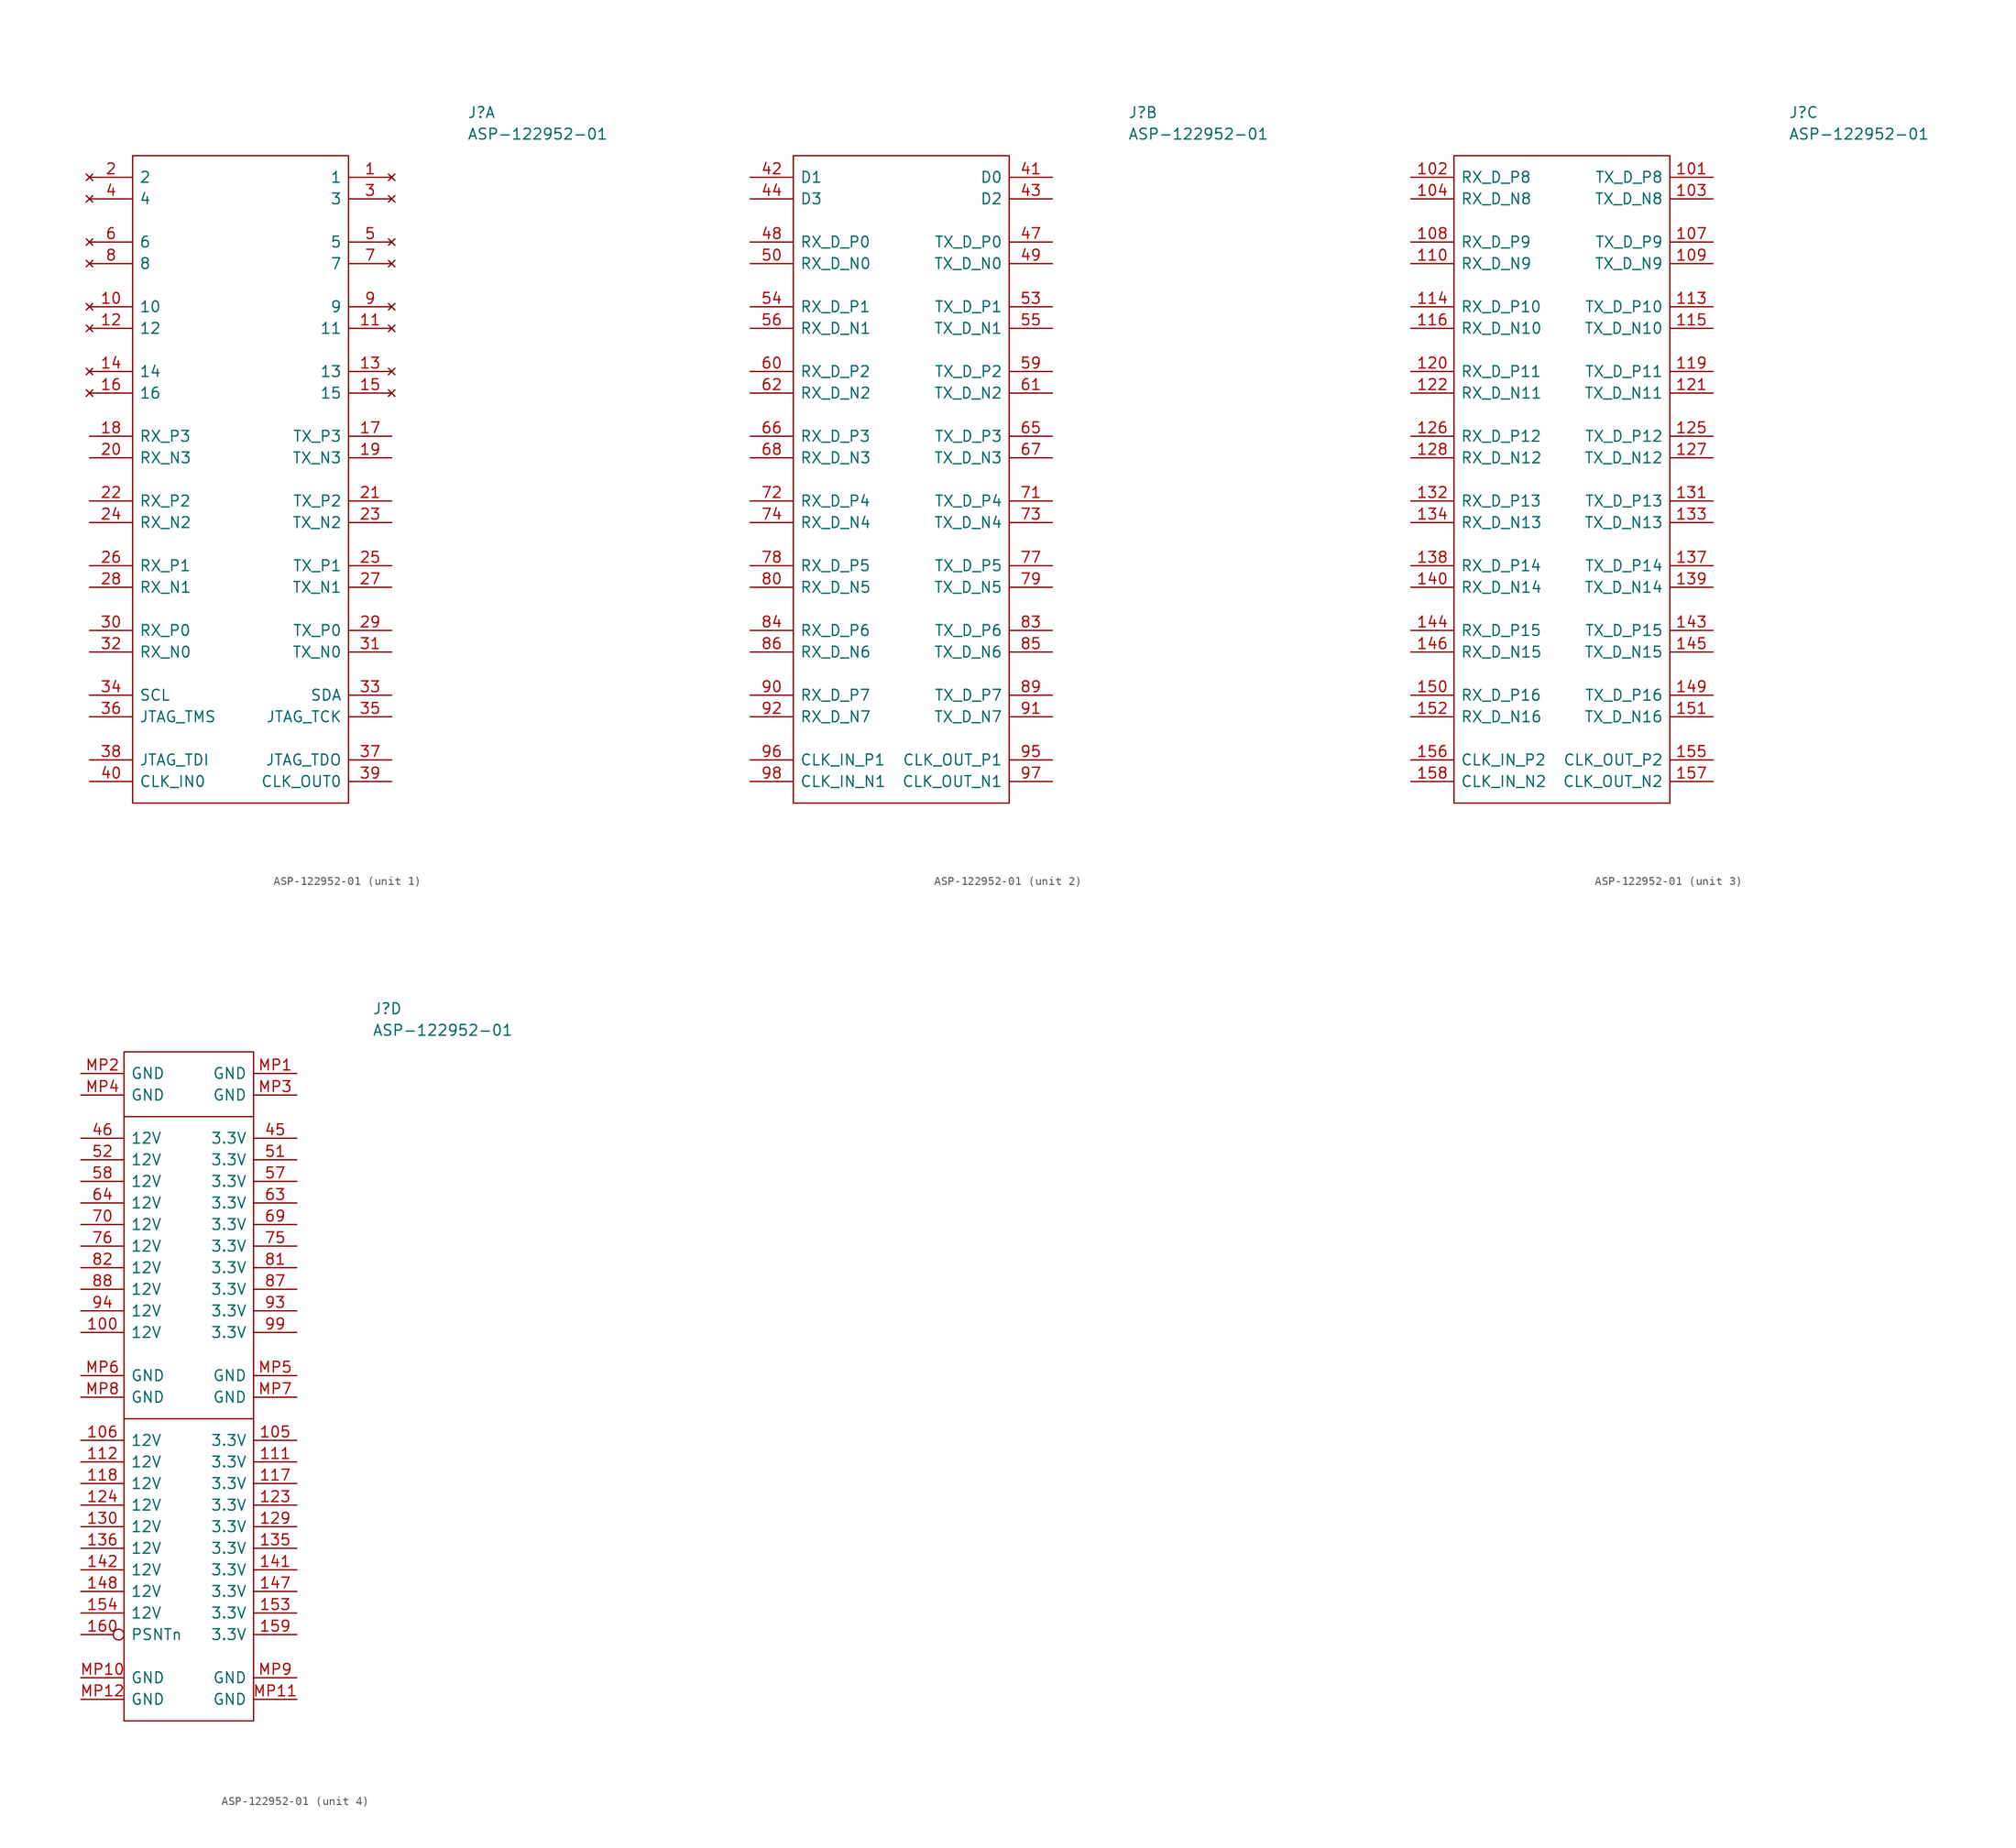
<source format=kicad_sym>
(kicad_symbol_lib
  (version 20211014)
  (generator kicad_symbol_editor)
  (symbol "ASP-122952-01"
    (pin_names
      (offset 0.762))
    (property "Reference" "J"
      (at 8.89 7.62 0)
      (effects (font (size 1.27 1.27)) (justify left)))
    (property "Value" "ASP-122952-01"
      (at 8.89 5.08 0)
      (effects (font (size 1.27 1.27)) (justify left)))
    (symbol "ASP-122952-01_1_0"
      (pin no_connect line (at 0 0 180) (length 5.08) (name "1" (effects (font (size 1.27 1.27)))) (number "1" (effects (font (size 1.27 1.27)))))
      (pin no_connect line (at -35.56 -15.24 0) (length 5.08) (name "10" (effects (font (size 1.27 1.27)))) (number "10" (effects (font (size 1.27 1.27)))))
      (pin no_connect line (at 0 -17.78 180) (length 5.08) (name "11" (effects (font (size 1.27 1.27)))) (number "11" (effects (font (size 1.27 1.27)))))
      (pin no_connect line (at -35.56 -17.78 0) (length 5.08) (name "12" (effects (font (size 1.27 1.27)))) (number "12" (effects (font (size 1.27 1.27)))))
      (pin no_connect line (at 0 -22.86 180) (length 5.08) (name "13" (effects (font (size 1.27 1.27)))) (number "13" (effects (font (size 1.27 1.27)))))
      (pin no_connect line (at -35.56 -22.86 0) (length 5.08) (name "14" (effects (font (size 1.27 1.27)))) (number "14" (effects (font (size 1.27 1.27)))))
      (pin no_connect line (at 0 -25.4 180) (length 5.08) (name "15" (effects (font (size 1.27 1.27)))) (number "15" (effects (font (size 1.27 1.27)))))
      (pin no_connect line (at -35.56 -25.4 0) (length 5.08) (name "16" (effects (font (size 1.27 1.27)))) (number "16" (effects (font (size 1.27 1.27)))))
      (pin output line (at 0 -30.48 180) (length 5.08) (name "TX_P3" (effects (font (size 1.27 1.27)))) (number "17" (effects (font (size 1.27 1.27)))))
      (pin input line (at -35.56 -30.48 0) (length 5.08) (name "RX_P3" (effects (font (size 1.27 1.27)))) (number "18" (effects (font (size 1.27 1.27)))))
      (pin output line (at 0 -33.02 180) (length 5.08) (name "TX_N3" (effects (font (size 1.27 1.27)))) (number "19" (effects (font (size 1.27 1.27)))))
      (pin no_connect line (at -35.56 0 0) (length 5.08) (name "2" (effects (font (size 1.27 1.27)))) (number "2" (effects (font (size 1.27 1.27)))))
      (pin input line (at -35.56 -33.02 0) (length 5.08) (name "RX_N3" (effects (font (size 1.27 1.27)))) (number "20" (effects (font (size 1.27 1.27)))))
      (pin output line (at 0 -38.1 180) (length 5.08) (name "TX_P2" (effects (font (size 1.27 1.27)))) (number "21" (effects (font (size 1.27 1.27)))))
      (pin input line (at -35.56 -38.1 0) (length 5.08) (name "RX_P2" (effects (font (size 1.27 1.27)))) (number "22" (effects (font (size 1.27 1.27)))))
      (pin output line (at 0 -40.64 180) (length 5.08) (name "TX_N2" (effects (font (size 1.27 1.27)))) (number "23" (effects (font (size 1.27 1.27)))))
      (pin input line (at -35.56 -40.64 0) (length 5.08) (name "RX_N2" (effects (font (size 1.27 1.27)))) (number "24" (effects (font (size 1.27 1.27)))))
      (pin output line (at 0 -45.72 180) (length 5.08) (name "TX_P1" (effects (font (size 1.27 1.27)))) (number "25" (effects (font (size 1.27 1.27)))))
      (pin input line (at -35.56 -45.72 0) (length 5.08) (name "RX_P1" (effects (font (size 1.27 1.27)))) (number "26" (effects (font (size 1.27 1.27)))))
      (pin output line (at 0 -48.26 180) (length 5.08) (name "TX_N1" (effects (font (size 1.27 1.27)))) (number "27" (effects (font (size 1.27 1.27)))))
      (pin input line (at -35.56 -48.26 0) (length 5.08) (name "RX_N1" (effects (font (size 1.27 1.27)))) (number "28" (effects (font (size 1.27 1.27)))))
      (pin output line (at 0 -53.34 180) (length 5.08) (name "TX_P0" (effects (font (size 1.27 1.27)))) (number "29" (effects (font (size 1.27 1.27)))))
      (pin no_connect line (at 0 -2.54 180) (length 5.08) (name "3" (effects (font (size 1.27 1.27)))) (number "3" (effects (font (size 1.27 1.27)))))
      (pin input line (at -35.56 -53.34 0) (length 5.08) (name "RX_P0" (effects (font (size 1.27 1.27)))) (number "30" (effects (font (size 1.27 1.27)))))
      (pin output line (at 0 -55.88 180) (length 5.08) (name "TX_N0" (effects (font (size 1.27 1.27)))) (number "31" (effects (font (size 1.27 1.27)))))
      (pin input line (at -35.56 -55.88 0) (length 5.08) (name "RX_N0" (effects (font (size 1.27 1.27)))) (number "32" (effects (font (size 1.27 1.27)))))
      (pin bidirectional line (at 0 -60.96 180) (length 5.08) (name "SDA" (effects (font (size 1.27 1.27)))) (number "33" (effects (font (size 1.27 1.27)))))
      (pin bidirectional line (at -35.56 -60.96 0) (length 5.08) (name "SCL" (effects (font (size 1.27 1.27)))) (number "34" (effects (font (size 1.27 1.27)))))
      (pin bidirectional line (at 0 -63.5 180) (length 5.08) (name "JTAG_TCK" (effects (font (size 1.27 1.27)))) (number "35" (effects (font (size 1.27 1.27)))))
      (pin input line (at -35.56 -63.5 0) (length 5.08) (name "JTAG_TMS" (effects (font (size 1.27 1.27)))) (number "36" (effects (font (size 1.27 1.27)))))
      (pin output line (at 0 -68.58 180) (length 5.08) (name "JTAG_TDO" (effects (font (size 1.27 1.27)))) (number "37" (effects (font (size 1.27 1.27)))))
      (pin input line (at -35.56 -68.58 0) (length 5.08) (name "JTAG_TDI" (effects (font (size 1.27 1.27)))) (number "38" (effects (font (size 1.27 1.27)))))
      (pin bidirectional line (at 0 -71.12 180) (length 5.08) (name "CLK_OUT0" (effects (font (size 1.27 1.27)))) (number "39" (effects (font (size 1.27 1.27)))))
      (pin no_connect line (at -35.56 -2.54 0) (length 5.08) (name "4" (effects (font (size 1.27 1.27)))) (number "4" (effects (font (size 1.27 1.27)))))
      (pin bidirectional line (at -35.56 -71.12 0) (length 5.08) (name "CLK_IN0" (effects (font (size 1.27 1.27)))) (number "40" (effects (font (size 1.27 1.27)))))
      (pin no_connect line (at 0 -7.62 180) (length 5.08) (name "5" (effects (font (size 1.27 1.27)))) (number "5" (effects (font (size 1.27 1.27)))))
      (pin no_connect line (at -35.56 -7.62 0) (length 5.08) (name "6" (effects (font (size 1.27 1.27)))) (number "6" (effects (font (size 1.27 1.27)))))
      (pin no_connect line (at 0 -10.16 180) (length 5.08) (name "7" (effects (font (size 1.27 1.27)))) (number "7" (effects (font (size 1.27 1.27)))))
      (pin no_connect line (at -35.56 -10.16 0) (length 5.08) (name "8" (effects (font (size 1.27 1.27)))) (number "8" (effects (font (size 1.27 1.27)))))
      (pin no_connect line (at 0 -15.24 180) (length 5.08) (name "9" (effects (font (size 1.27 1.27)))) (number "9" (effects (font (size 1.27 1.27))))))
    (symbol "ASP-122952-01_1_1"
      (rectangle (start -30.48 2.54) (end -5.08 -73.66) (stroke (width 0) (type default) (color 0 0 0 0)) (fill (type none))))
    (symbol "ASP-122952-01_2_0"
      (pin bidirectional line (at 0 0 180) (length 5.08) (name "D0" (effects (font (size 1.27 1.27)))) (number "41" (effects (font (size 1.27 1.27)))))
      (pin bidirectional line (at -35.56 0 0) (length 5.08) (name "D1" (effects (font (size 1.27 1.27)))) (number "42" (effects (font (size 1.27 1.27)))))
      (pin bidirectional line (at 0 -2.54 180) (length 5.08) (name "D2" (effects (font (size 1.27 1.27)))) (number "43" (effects (font (size 1.27 1.27)))))
      (pin bidirectional line (at -35.56 -2.54 0) (length 5.08) (name "D3" (effects (font (size 1.27 1.27)))) (number "44" (effects (font (size 1.27 1.27)))))
      (pin bidirectional line (at 0 -7.62 180) (length 5.08) (name "TX_D_P0" (effects (font (size 1.27 1.27)))) (number "47" (effects (font (size 1.27 1.27)))))
      (pin bidirectional line (at -35.56 -7.62 0) (length 5.08) (name "RX_D_P0" (effects (font (size 1.27 1.27)))) (number "48" (effects (font (size 1.27 1.27)))))
      (pin bidirectional line (at 0 -10.16 180) (length 5.08) (name "TX_D_N0" (effects (font (size 1.27 1.27)))) (number "49" (effects (font (size 1.27 1.27)))))
      (pin bidirectional line (at -35.56 -10.16 0) (length 5.08) (name "RX_D_N0" (effects (font (size 1.27 1.27)))) (number "50" (effects (font (size 1.27 1.27)))))
      (pin bidirectional line (at 0 -15.24 180) (length 5.08) (name "TX_D_P1" (effects (font (size 1.27 1.27)))) (number "53" (effects (font (size 1.27 1.27)))))
      (pin bidirectional line (at -35.56 -15.24 0) (length 5.08) (name "RX_D_P1" (effects (font (size 1.27 1.27)))) (number "54" (effects (font (size 1.27 1.27)))))
      (pin bidirectional line (at 0 -17.78 180) (length 5.08) (name "TX_D_N1" (effects (font (size 1.27 1.27)))) (number "55" (effects (font (size 1.27 1.27)))))
      (pin bidirectional line (at -35.56 -17.78 0) (length 5.08) (name "RX_D_N1" (effects (font (size 1.27 1.27)))) (number "56" (effects (font (size 1.27 1.27)))))
      (pin bidirectional line (at 0 -22.86 180) (length 5.08) (name "TX_D_P2" (effects (font (size 1.27 1.27)))) (number "59" (effects (font (size 1.27 1.27)))))
      (pin bidirectional line (at -35.56 -22.86 0) (length 5.08) (name "RX_D_P2" (effects (font (size 1.27 1.27)))) (number "60" (effects (font (size 1.27 1.27)))))
      (pin bidirectional line (at 0 -25.4 180) (length 5.08) (name "TX_D_N2" (effects (font (size 1.27 1.27)))) (number "61" (effects (font (size 1.27 1.27)))))
      (pin bidirectional line (at -35.56 -25.4 0) (length 5.08) (name "RX_D_N2" (effects (font (size 1.27 1.27)))) (number "62" (effects (font (size 1.27 1.27)))))
      (pin bidirectional line (at 0 -30.48 180) (length 5.08) (name "TX_D_P3" (effects (font (size 1.27 1.27)))) (number "65" (effects (font (size 1.27 1.27)))))
      (pin bidirectional line (at -35.56 -30.48 0) (length 5.08) (name "RX_D_P3" (effects (font (size 1.27 1.27)))) (number "66" (effects (font (size 1.27 1.27)))))
      (pin bidirectional line (at 0 -33.02 180) (length 5.08) (name "TX_D_N3" (effects (font (size 1.27 1.27)))) (number "67" (effects (font (size 1.27 1.27)))))
      (pin bidirectional line (at -35.56 -33.02 0) (length 5.08) (name "RX_D_N3" (effects (font (size 1.27 1.27)))) (number "68" (effects (font (size 1.27 1.27)))))
      (pin bidirectional line (at 0 -38.1 180) (length 5.08) (name "TX_D_P4" (effects (font (size 1.27 1.27)))) (number "71" (effects (font (size 1.27 1.27)))))
      (pin bidirectional line (at -35.56 -38.1 0) (length 5.08) (name "RX_D_P4" (effects (font (size 1.27 1.27)))) (number "72" (effects (font (size 1.27 1.27)))))
      (pin bidirectional line (at 0 -40.64 180) (length 5.08) (name "TX_D_N4" (effects (font (size 1.27 1.27)))) (number "73" (effects (font (size 1.27 1.27)))))
      (pin bidirectional line (at -35.56 -40.64 0) (length 5.08) (name "RX_D_N4" (effects (font (size 1.27 1.27)))) (number "74" (effects (font (size 1.27 1.27)))))
      (pin bidirectional line (at 0 -45.72 180) (length 5.08) (name "TX_D_P5" (effects (font (size 1.27 1.27)))) (number "77" (effects (font (size 1.27 1.27)))))
      (pin bidirectional line (at -35.56 -45.72 0) (length 5.08) (name "RX_D_P5" (effects (font (size 1.27 1.27)))) (number "78" (effects (font (size 1.27 1.27)))))
      (pin bidirectional line (at 0 -48.26 180) (length 5.08) (name "TX_D_N5" (effects (font (size 1.27 1.27)))) (number "79" (effects (font (size 1.27 1.27)))))
      (pin bidirectional line (at -35.56 -48.26 0) (length 5.08) (name "RX_D_N5" (effects (font (size 1.27 1.27)))) (number "80" (effects (font (size 1.27 1.27)))))
      (pin bidirectional line (at 0 -53.34 180) (length 5.08) (name "TX_D_P6" (effects (font (size 1.27 1.27)))) (number "83" (effects (font (size 1.27 1.27)))))
      (pin bidirectional line (at -35.56 -53.34 0) (length 5.08) (name "RX_D_P6" (effects (font (size 1.27 1.27)))) (number "84" (effects (font (size 1.27 1.27)))))
      (pin bidirectional line (at 0 -55.88 180) (length 5.08) (name "TX_D_N6" (effects (font (size 1.27 1.27)))) (number "85" (effects (font (size 1.27 1.27)))))
      (pin bidirectional line (at -35.56 -55.88 0) (length 5.08) (name "RX_D_N6" (effects (font (size 1.27 1.27)))) (number "86" (effects (font (size 1.27 1.27)))))
      (pin bidirectional line (at 0 -60.96 180) (length 5.08) (name "TX_D_P7" (effects (font (size 1.27 1.27)))) (number "89" (effects (font (size 1.27 1.27)))))
      (pin bidirectional line (at -35.56 -60.96 0) (length 5.08) (name "RX_D_P7" (effects (font (size 1.27 1.27)))) (number "90" (effects (font (size 1.27 1.27)))))
      (pin bidirectional line (at 0 -63.5 180) (length 5.08) (name "TX_D_N7" (effects (font (size 1.27 1.27)))) (number "91" (effects (font (size 1.27 1.27)))))
      (pin bidirectional line (at -35.56 -63.5 0) (length 5.08) (name "RX_D_N7" (effects (font (size 1.27 1.27)))) (number "92" (effects (font (size 1.27 1.27)))))
      (pin bidirectional line (at 0 -68.58 180) (length 5.08) (name "CLK_OUT_P1" (effects (font (size 1.27 1.27)))) (number "95" (effects (font (size 1.27 1.27)))))
      (pin bidirectional line (at -35.56 -68.58 0) (length 5.08) (name "CLK_IN_P1" (effects (font (size 1.27 1.27)))) (number "96" (effects (font (size 1.27 1.27)))))
      (pin bidirectional line (at 0 -71.12 180) (length 5.08) (name "CLK_OUT_N1" (effects (font (size 1.27 1.27)))) (number "97" (effects (font (size 1.27 1.27)))))
      (pin bidirectional line (at -35.56 -71.12 0) (length 5.08) (name "CLK_IN_N1" (effects (font (size 1.27 1.27)))) (number "98" (effects (font (size 1.27 1.27))))))
    (symbol "ASP-122952-01_2_1"
      (rectangle (start -30.48 2.54) (end -5.08 -73.66) (stroke (width 0) (type default) (color 0 0 0 0)) (fill (type none))))
    (symbol "ASP-122952-01_3_0"
      (pin bidirectional line (at 0 0 180) (length 5.08) (name "TX_D_P8" (effects (font (size 1.27 1.27)))) (number "101" (effects (font (size 1.27 1.27)))))
      (pin bidirectional line (at -35.56 0 0) (length 5.08) (name "RX_D_P8" (effects (font (size 1.27 1.27)))) (number "102" (effects (font (size 1.27 1.27)))))
      (pin bidirectional line (at 0 -2.54 180) (length 5.08) (name "TX_D_N8" (effects (font (size 1.27 1.27)))) (number "103" (effects (font (size 1.27 1.27)))))
      (pin bidirectional line (at -35.56 -2.54 0) (length 5.08) (name "RX_D_N8" (effects (font (size 1.27 1.27)))) (number "104" (effects (font (size 1.27 1.27)))))
      (pin bidirectional line (at 0 -7.62 180) (length 5.08) (name "TX_D_P9" (effects (font (size 1.27 1.27)))) (number "107" (effects (font (size 1.27 1.27)))))
      (pin bidirectional line (at -35.56 -7.62 0) (length 5.08) (name "RX_D_P9" (effects (font (size 1.27 1.27)))) (number "108" (effects (font (size 1.27 1.27)))))
      (pin bidirectional line (at 0 -10.16 180) (length 5.08) (name "TX_D_N9" (effects (font (size 1.27 1.27)))) (number "109" (effects (font (size 1.27 1.27)))))
      (pin bidirectional line (at -35.56 -10.16 0) (length 5.08) (name "RX_D_N9" (effects (font (size 1.27 1.27)))) (number "110" (effects (font (size 1.27 1.27)))))
      (pin bidirectional line (at 0 -15.24 180) (length 5.08) (name "TX_D_P10" (effects (font (size 1.27 1.27)))) (number "113" (effects (font (size 1.27 1.27)))))
      (pin bidirectional line (at -35.56 -15.24 0) (length 5.08) (name "RX_D_P10" (effects (font (size 1.27 1.27)))) (number "114" (effects (font (size 1.27 1.27)))))
      (pin bidirectional line (at 0 -17.78 180) (length 5.08) (name "TX_D_N10" (effects (font (size 1.27 1.27)))) (number "115" (effects (font (size 1.27 1.27)))))
      (pin bidirectional line (at -35.56 -17.78 0) (length 5.08) (name "RX_D_N10" (effects (font (size 1.27 1.27)))) (number "116" (effects (font (size 1.27 1.27)))))
      (pin bidirectional line (at 0 -22.86 180) (length 5.08) (name "TX_D_P11" (effects (font (size 1.27 1.27)))) (number "119" (effects (font (size 1.27 1.27)))))
      (pin bidirectional line (at -35.56 -22.86 0) (length 5.08) (name "RX_D_P11" (effects (font (size 1.27 1.27)))) (number "120" (effects (font (size 1.27 1.27)))))
      (pin bidirectional line (at 0 -25.4 180) (length 5.08) (name "TX_D_N11" (effects (font (size 1.27 1.27)))) (number "121" (effects (font (size 1.27 1.27)))))
      (pin bidirectional line (at -35.56 -25.4 0) (length 5.08) (name "RX_D_N11" (effects (font (size 1.27 1.27)))) (number "122" (effects (font (size 1.27 1.27)))))
      (pin bidirectional line (at 0 -30.48 180) (length 5.08) (name "TX_D_P12" (effects (font (size 1.27 1.27)))) (number "125" (effects (font (size 1.27 1.27)))))
      (pin bidirectional line (at -35.56 -30.48 0) (length 5.08) (name "RX_D_P12" (effects (font (size 1.27 1.27)))) (number "126" (effects (font (size 1.27 1.27)))))
      (pin bidirectional line (at 0 -33.02 180) (length 5.08) (name "TX_D_N12" (effects (font (size 1.27 1.27)))) (number "127" (effects (font (size 1.27 1.27)))))
      (pin bidirectional line (at -35.56 -33.02 0) (length 5.08) (name "RX_D_N12" (effects (font (size 1.27 1.27)))) (number "128" (effects (font (size 1.27 1.27)))))
      (pin bidirectional line (at 0 -38.1 180) (length 5.08) (name "TX_D_P13" (effects (font (size 1.27 1.27)))) (number "131" (effects (font (size 1.27 1.27)))))
      (pin bidirectional line (at -35.56 -38.1 0) (length 5.08) (name "RX_D_P13" (effects (font (size 1.27 1.27)))) (number "132" (effects (font (size 1.27 1.27)))))
      (pin bidirectional line (at 0 -40.64 180) (length 5.08) (name "TX_D_N13" (effects (font (size 1.27 1.27)))) (number "133" (effects (font (size 1.27 1.27)))))
      (pin bidirectional line (at -35.56 -40.64 0) (length 5.08) (name "RX_D_N13" (effects (font (size 1.27 1.27)))) (number "134" (effects (font (size 1.27 1.27)))))
      (pin bidirectional line (at 0 -45.72 180) (length 5.08) (name "TX_D_P14" (effects (font (size 1.27 1.27)))) (number "137" (effects (font (size 1.27 1.27)))))
      (pin bidirectional line (at -35.56 -45.72 0) (length 5.08) (name "RX_D_P14" (effects (font (size 1.27 1.27)))) (number "138" (effects (font (size 1.27 1.27)))))
      (pin bidirectional line (at 0 -48.26 180) (length 5.08) (name "TX_D_N14" (effects (font (size 1.27 1.27)))) (number "139" (effects (font (size 1.27 1.27)))))
      (pin bidirectional line (at -35.56 -48.26 0) (length 5.08) (name "RX_D_N14" (effects (font (size 1.27 1.27)))) (number "140" (effects (font (size 1.27 1.27)))))
      (pin bidirectional line (at 0 -53.34 180) (length 5.08) (name "TX_D_P15" (effects (font (size 1.27 1.27)))) (number "143" (effects (font (size 1.27 1.27)))))
      (pin bidirectional line (at -35.56 -53.34 0) (length 5.08) (name "RX_D_P15" (effects (font (size 1.27 1.27)))) (number "144" (effects (font (size 1.27 1.27)))))
      (pin bidirectional line (at 0 -55.88 180) (length 5.08) (name "TX_D_N15" (effects (font (size 1.27 1.27)))) (number "145" (effects (font (size 1.27 1.27)))))
      (pin bidirectional line (at -35.56 -55.88 0) (length 5.08) (name "RX_D_N15" (effects (font (size 1.27 1.27)))) (number "146" (effects (font (size 1.27 1.27)))))
      (pin bidirectional line (at 0 -60.96 180) (length 5.08) (name "TX_D_P16" (effects (font (size 1.27 1.27)))) (number "149" (effects (font (size 1.27 1.27)))))
      (pin bidirectional line (at -35.56 -60.96 0) (length 5.08) (name "RX_D_P16" (effects (font (size 1.27 1.27)))) (number "150" (effects (font (size 1.27 1.27)))))
      (pin bidirectional line (at 0 -63.5 180) (length 5.08) (name "TX_D_N16" (effects (font (size 1.27 1.27)))) (number "151" (effects (font (size 1.27 1.27)))))
      (pin bidirectional line (at -35.56 -63.5 0) (length 5.08) (name "RX_D_N16" (effects (font (size 1.27 1.27)))) (number "152" (effects (font (size 1.27 1.27)))))
      (pin bidirectional line (at 0 -68.58 180) (length 5.08) (name "CLK_OUT_P2" (effects (font (size 1.27 1.27)))) (number "155" (effects (font (size 1.27 1.27)))))
      (pin bidirectional line (at -35.56 -68.58 0) (length 5.08) (name "CLK_IN_P2" (effects (font (size 1.27 1.27)))) (number "156" (effects (font (size 1.27 1.27)))))
      (pin bidirectional line (at 0 -71.12 180) (length 5.08) (name "CLK_OUT_N2" (effects (font (size 1.27 1.27)))) (number "157" (effects (font (size 1.27 1.27)))))
      (pin bidirectional line (at -35.56 -71.12 0) (length 5.08) (name "CLK_IN_N2" (effects (font (size 1.27 1.27)))) (number "158" (effects (font (size 1.27 1.27))))))
    (symbol "ASP-122952-01_3_1"
      (rectangle (start -30.48 2.54) (end -5.08 -73.66) (stroke (width 0) (type default) (color 0 0 0 0)) (fill (type none))))
    (symbol "ASP-122952-01_4_0"
      (pin power_in line (at -25.4 -30.48 0) (length 5.08) (name "12V" (effects (font (size 1.27 1.27)))) (number "100" (effects (font (size 1.27 1.27)))))
      (pin power_in line (at 0 -43.18 180) (length 5.08) (name "3.3V" (effects (font (size 1.27 1.27)))) (number "105" (effects (font (size 1.27 1.27)))))
      (pin power_in line (at -25.4 -43.18 0) (length 5.08) (name "12V" (effects (font (size 1.27 1.27)))) (number "106" (effects (font (size 1.27 1.27)))))
      (pin power_in line (at 0 -45.72 180) (length 5.08) (name "3.3V" (effects (font (size 1.27 1.27)))) (number "111" (effects (font (size 1.27 1.27)))))
      (pin power_in line (at -25.4 -45.72 0) (length 5.08) (name "12V" (effects (font (size 1.27 1.27)))) (number "112" (effects (font (size 1.27 1.27)))))
      (pin power_in line (at 0 -48.26 180) (length 5.08) (name "3.3V" (effects (font (size 1.27 1.27)))) (number "117" (effects (font (size 1.27 1.27)))))
      (pin power_in line (at -25.4 -48.26 0) (length 5.08) (name "12V" (effects (font (size 1.27 1.27)))) (number "118" (effects (font (size 1.27 1.27)))))
      (pin power_in line (at 0 -50.8 180) (length 5.08) (name "3.3V" (effects (font (size 1.27 1.27)))) (number "123" (effects (font (size 1.27 1.27)))))
      (pin power_in line (at -25.4 -50.8 0) (length 5.08) (name "12V" (effects (font (size 1.27 1.27)))) (number "124" (effects (font (size 1.27 1.27)))))
      (pin power_in line (at 0 -53.34 180) (length 5.08) (name "3.3V" (effects (font (size 1.27 1.27)))) (number "129" (effects (font (size 1.27 1.27)))))
      (pin power_in line (at -25.4 -53.34 0) (length 5.08) (name "12V" (effects (font (size 1.27 1.27)))) (number "130" (effects (font (size 1.27 1.27)))))
      (pin power_in line (at 0 -55.88 180) (length 5.08) (name "3.3V" (effects (font (size 1.27 1.27)))) (number "135" (effects (font (size 1.27 1.27)))))
      (pin power_in line (at -25.4 -55.88 0) (length 5.08) (name "12V" (effects (font (size 1.27 1.27)))) (number "136" (effects (font (size 1.27 1.27)))))
      (pin power_in line (at 0 -58.42 180) (length 5.08) (name "3.3V" (effects (font (size 1.27 1.27)))) (number "141" (effects (font (size 1.27 1.27)))))
      (pin power_in line (at -25.4 -58.42 0) (length 5.08) (name "12V" (effects (font (size 1.27 1.27)))) (number "142" (effects (font (size 1.27 1.27)))))
      (pin power_in line (at 0 -60.96 180) (length 5.08) (name "3.3V" (effects (font (size 1.27 1.27)))) (number "147" (effects (font (size 1.27 1.27)))))
      (pin power_in line (at -25.4 -60.96 0) (length 5.08) (name "12V" (effects (font (size 1.27 1.27)))) (number "148" (effects (font (size 1.27 1.27)))))
      (pin power_in line (at 0 -63.5 180) (length 5.08) (name "3.3V" (effects (font (size 1.27 1.27)))) (number "153" (effects (font (size 1.27 1.27)))))
      (pin power_in line (at -25.4 -63.5 0) (length 5.08) (name "12V" (effects (font (size 1.27 1.27)))) (number "154" (effects (font (size 1.27 1.27)))))
      (pin power_in line (at 0 -66.04 180) (length 5.08) (name "3.3V" (effects (font (size 1.27 1.27)))) (number "159" (effects (font (size 1.27 1.27)))))
      (pin power_in inverted (at -25.4 -66.04 0) (length 5.08) (name "PSNTn" (effects (font (size 1.27 1.27)))) (number "160" (effects (font (size 1.27 1.27)))))
      (pin power_in line (at 0 -7.62 180) (length 5.08) (name "3.3V" (effects (font (size 1.27 1.27)))) (number "45" (effects (font (size 1.27 1.27)))))
      (pin power_in line (at -25.4 -7.62 0) (length 5.08) (name "12V" (effects (font (size 1.27 1.27)))) (number "46" (effects (font (size 1.27 1.27)))))
      (pin power_in line (at 0 -10.16 180) (length 5.08) (name "3.3V" (effects (font (size 1.27 1.27)))) (number "51" (effects (font (size 1.27 1.27)))))
      (pin power_in line (at -25.4 -10.16 0) (length 5.08) (name "12V" (effects (font (size 1.27 1.27)))) (number "52" (effects (font (size 1.27 1.27)))))
      (pin power_in line (at 0 -12.7 180) (length 5.08) (name "3.3V" (effects (font (size 1.27 1.27)))) (number "57" (effects (font (size 1.27 1.27)))))
      (pin power_in line (at -25.4 -12.7 0) (length 5.08) (name "12V" (effects (font (size 1.27 1.27)))) (number "58" (effects (font (size 1.27 1.27)))))
      (pin power_in line (at 0 -15.24 180) (length 5.08) (name "3.3V" (effects (font (size 1.27 1.27)))) (number "63" (effects (font (size 1.27 1.27)))))
      (pin power_in line (at -25.4 -15.24 0) (length 5.08) (name "12V" (effects (font (size 1.27 1.27)))) (number "64" (effects (font (size 1.27 1.27)))))
      (pin power_in line (at 0 -17.78 180) (length 5.08) (name "3.3V" (effects (font (size 1.27 1.27)))) (number "69" (effects (font (size 1.27 1.27)))))
      (pin power_in line (at -25.4 -17.78 0) (length 5.08) (name "12V" (effects (font (size 1.27 1.27)))) (number "70" (effects (font (size 1.27 1.27)))))
      (pin power_in line (at 0 -20.32 180) (length 5.08) (name "3.3V" (effects (font (size 1.27 1.27)))) (number "75" (effects (font (size 1.27 1.27)))))
      (pin power_in line (at -25.4 -20.32 0) (length 5.08) (name "12V" (effects (font (size 1.27 1.27)))) (number "76" (effects (font (size 1.27 1.27)))))
      (pin power_in line (at 0 -22.86 180) (length 5.08) (name "3.3V" (effects (font (size 1.27 1.27)))) (number "81" (effects (font (size 1.27 1.27)))))
      (pin power_in line (at -25.4 -22.86 0) (length 5.08) (name "12V" (effects (font (size 1.27 1.27)))) (number "82" (effects (font (size 1.27 1.27)))))
      (pin power_in line (at 0 -25.4 180) (length 5.08) (name "3.3V" (effects (font (size 1.27 1.27)))) (number "87" (effects (font (size 1.27 1.27)))))
      (pin power_in line (at -25.4 -25.4 0) (length 5.08) (name "12V" (effects (font (size 1.27 1.27)))) (number "88" (effects (font (size 1.27 1.27)))))
      (pin power_in line (at 0 -27.94 180) (length 5.08) (name "3.3V" (effects (font (size 1.27 1.27)))) (number "93" (effects (font (size 1.27 1.27)))))
      (pin power_in line (at -25.4 -27.94 0) (length 5.08) (name "12V" (effects (font (size 1.27 1.27)))) (number "94" (effects (font (size 1.27 1.27)))))
      (pin power_in line (at 0 -30.48 180) (length 5.08) (name "3.3V" (effects (font (size 1.27 1.27)))) (number "99" (effects (font (size 1.27 1.27)))))
      (pin power_in line (at 0 0 180) (length 5.08) (name "GND" (effects (font (size 1.27 1.27)))) (number "MP1" (effects (font (size 1.27 1.27)))))
      (pin power_in line (at -25.4 -71.12 0) (length 5.08) (name "GND" (effects (font (size 1.27 1.27)))) (number "MP10" (effects (font (size 1.27 1.27)))))
      (pin power_in line (at 0 -73.66 180) (length 5.08) (name "GND" (effects (font (size 1.27 1.27)))) (number "MP11" (effects (font (size 1.27 1.27)))))
      (pin power_in line (at -25.4 -73.66 0) (length 5.08) (name "GND" (effects (font (size 1.27 1.27)))) (number "MP12" (effects (font (size 1.27 1.27)))))
      (pin power_in line (at -25.4 0 0) (length 5.08) (name "GND" (effects (font (size 1.27 1.27)))) (number "MP2" (effects (font (size 1.27 1.27)))))
      (pin power_in line (at 0 -2.54 180) (length 5.08) (name "GND" (effects (font (size 1.27 1.27)))) (number "MP3" (effects (font (size 1.27 1.27)))))
      (pin power_in line (at -25.4 -2.54 0) (length 5.08) (name "GND" (effects (font (size 1.27 1.27)))) (number "MP4" (effects (font (size 1.27 1.27)))))
      (pin power_in line (at 0 -35.56 180) (length 5.08) (name "GND" (effects (font (size 1.27 1.27)))) (number "MP5" (effects (font (size 1.27 1.27)))))
      (pin power_in line (at -25.4 -35.56 0) (length 5.08) (name "GND" (effects (font (size 1.27 1.27)))) (number "MP6" (effects (font (size 1.27 1.27)))))
      (pin power_in line (at 0 -38.1 180) (length 5.08) (name "GND" (effects (font (size 1.27 1.27)))) (number "MP7" (effects (font (size 1.27 1.27)))))
      (pin power_in line (at -25.4 -38.1 0) (length 5.08) (name "GND" (effects (font (size 1.27 1.27)))) (number "MP8" (effects (font (size 1.27 1.27)))))
      (pin power_in line (at 0 -71.12 180) (length 5.08) (name "GND" (effects (font (size 1.27 1.27)))) (number "MP9" (effects (font (size 1.27 1.27))))))
    (symbol "ASP-122952-01_4_1"
      (rectangle (start -20.32 2.54) (end -5.08 -76.2) (stroke (width 0) (type default) (color 0 0 0 0)) (fill (type none)))
      (polyline (pts (xy -20.32 -40.64) (xy -5.08 -40.64)) (stroke (width 0) (type default) (color 0 0 0 0)) (fill (type none)))
      (polyline (pts (xy -20.32 -5.08) (xy -5.08 -5.08)) (stroke (width 0) (type default) (color 0 0 0 0)) (fill (type none))))))
</source>
